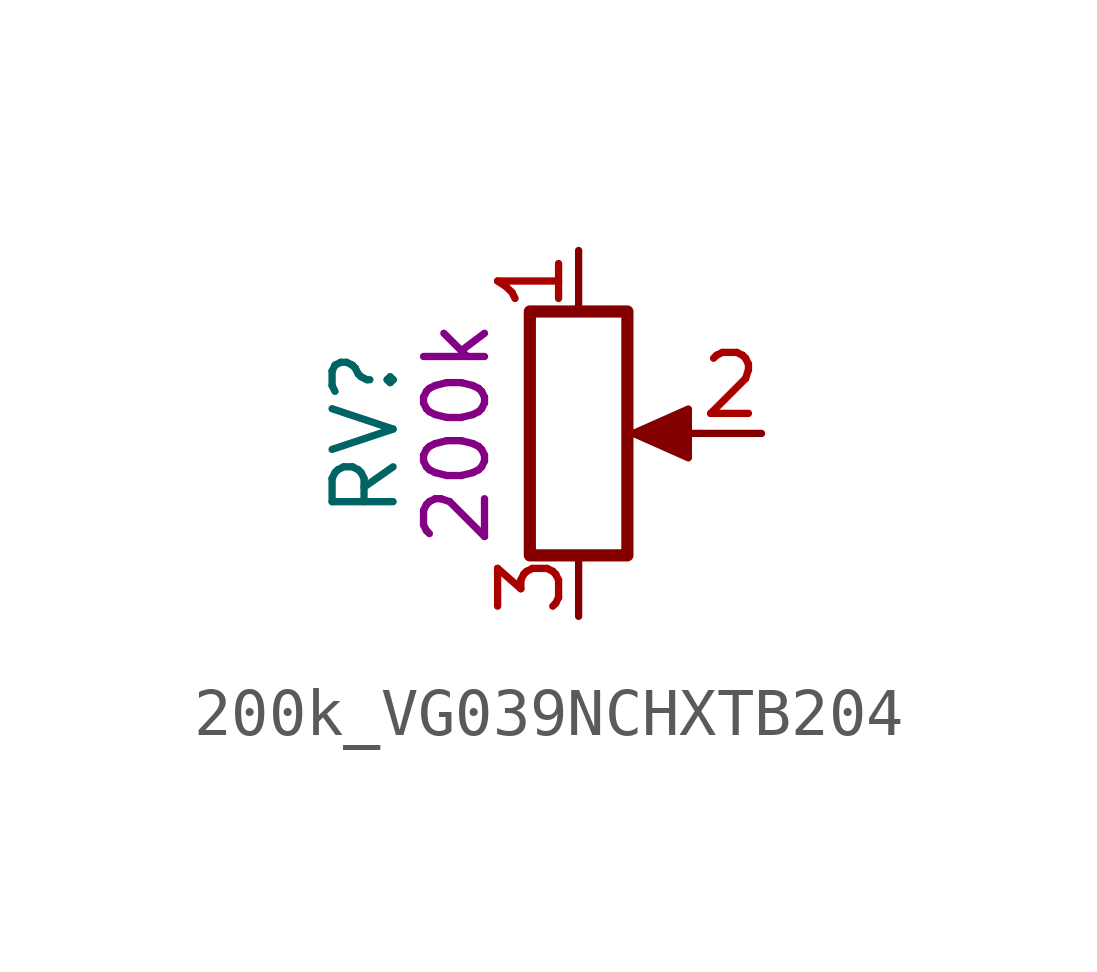
<source format=kicad_sym>
(kicad_symbol_lib
  (version 20231120)
  (generator "kicad_symbol_editor")
  (generator_version "8.0")
  (symbol "200k_VG039NCHXTB204"
    (pin_names
      (offset 1.016) hide)
    (property "Reference" "RV"
      (at -4.445 0 90)
      (effects (font (size 1.27 1.27))))
    (property "UserValue" "200k"
      (at -2.54 0 90)
      (effects (font (size 1.27 1.27))))
    (symbol "200k_VG039NCHXTB204_0_1"
      (polyline (pts (xy 2.54 0) (xy 1.524 0)) (stroke (width 0) (type default)) (fill (type none)))
      (polyline (pts (xy 1.143 0) (xy 2.286 0.508) (xy 2.286 -0.508) (xy 1.143 0)) (stroke (width 0) (type default)) (fill (type outline)))
      (rectangle (start 1.016 2.54) (end -1.016 -2.54) (stroke (width 0.254) (type default)) (fill (type none))))
    (symbol "200k_VG039NCHXTB204_1_1"
      (pin passive line (at 0 3.81 270) (length 1.27) (name "1" (effects (font (size 1.27 1.27)))) (number "1" (effects (font (size 1.27 1.27)))))
      (pin passive line (at 3.81 0 180) (length 1.27) (name "2" (effects (font (size 1.27 1.27)))) (number "2" (effects (font (size 1.27 1.27)))))
      (pin passive line (at 0 -3.81 90) (length 1.27) (name "3" (effects (font (size 1.27 1.27)))) (number "3" (effects (font (size 1.27 1.27))))))))
</source>
